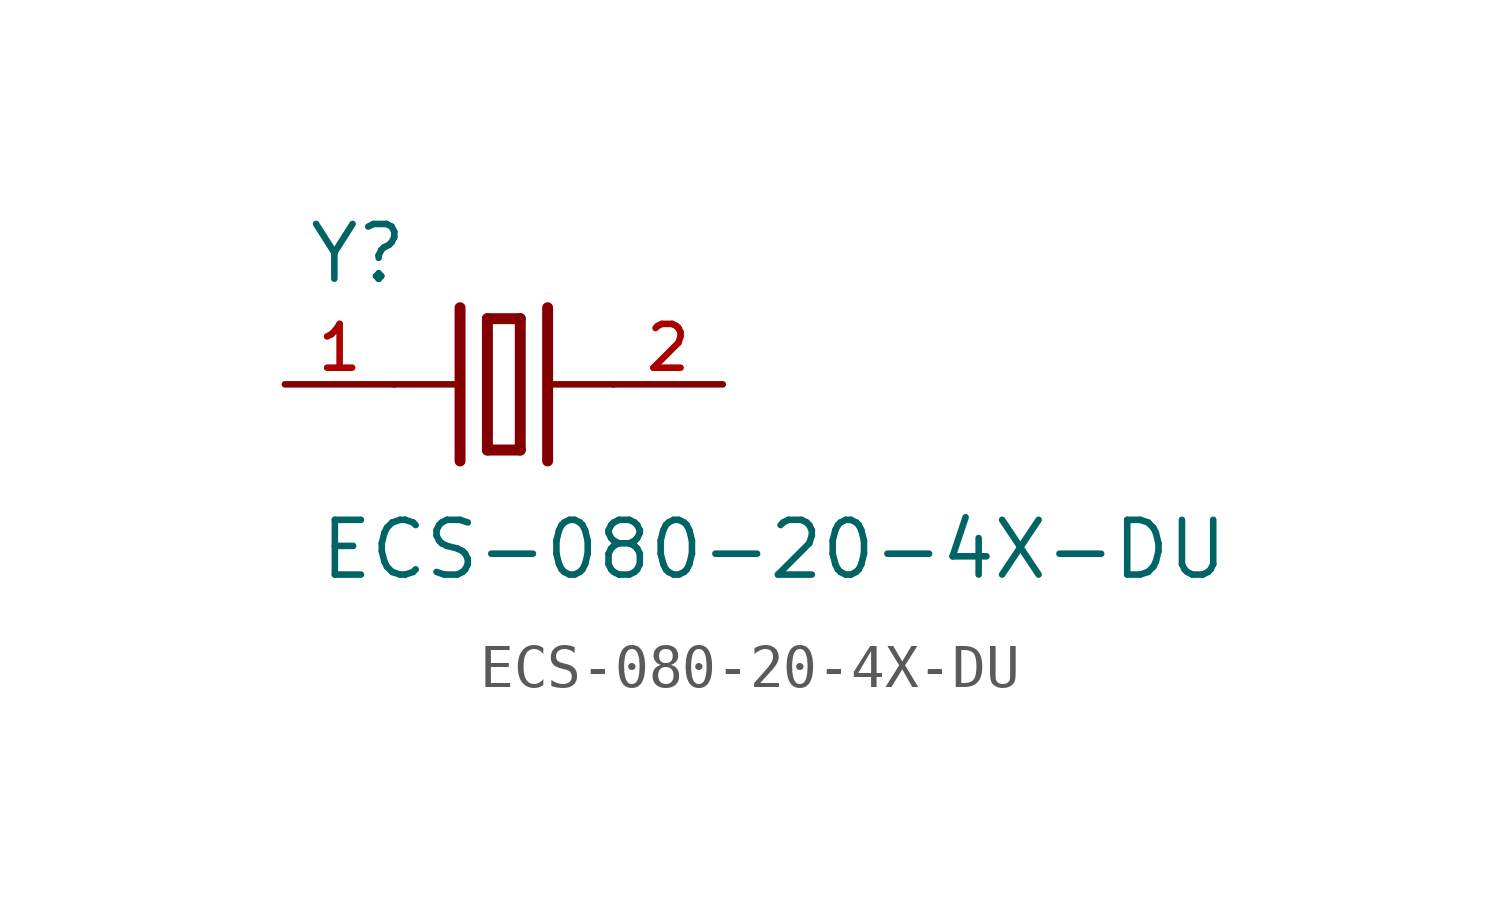
<source format=kicad_sym>
(kicad_symbol_lib
  (version 20211014)
  (generator kicad_symbol_editor)
  (symbol "ECS-080-20-4X-DU"
    (pin_names
      (offset 1.016))
    (property "Reference" "Y"
      (at -4.577 2.288 0)
      (effects (font (size 1.27 1.27)) (justify bottom left)))
    (property "Value" "ECS-080-20-4X-DU"
      (at -4.323 -4.577 0)
      (effects (font (size 1.27 1.27)) (justify bottom left)))
    (symbol "ECS-080-20-4X-DU_0_0"
      (polyline (pts (xy 1.016 0.0) (xy 2.54 0.0)) (stroke (width 0.152)))
      (polyline (pts (xy -2.54 0.0) (xy -1.016 0.0)) (stroke (width 0.152)))
      (polyline (pts (xy -0.381 1.524) (xy -0.381 -1.524)) (stroke (width 0.254)))
      (polyline (pts (xy -0.381 -1.524) (xy 0.381 -1.524)) (stroke (width 0.254)))
      (polyline (pts (xy 0.381 -1.524) (xy 0.381 1.524)) (stroke (width 0.254)))
      (polyline (pts (xy 0.381 1.524) (xy -0.381 1.524)) (stroke (width 0.254)))
      (polyline (pts (xy 1.016 1.778) (xy 1.016 -1.778)) (stroke (width 0.254)))
      (polyline (pts (xy -1.016 1.778) (xy -1.016 -1.778)) (stroke (width 0.254)))
      (pin passive line (at 5.08 0.0 180.0) (length 2.54) (name "~" (effects (font (size 1.016 1.016)))) (number "2" (effects (font (size 1.016 1.016)))))
      (pin passive line (at -5.08 0.0 0) (length 2.54) (name "~" (effects (font (size 1.016 1.016)))) (number "1" (effects (font (size 1.016 1.016))))))))
</source>
